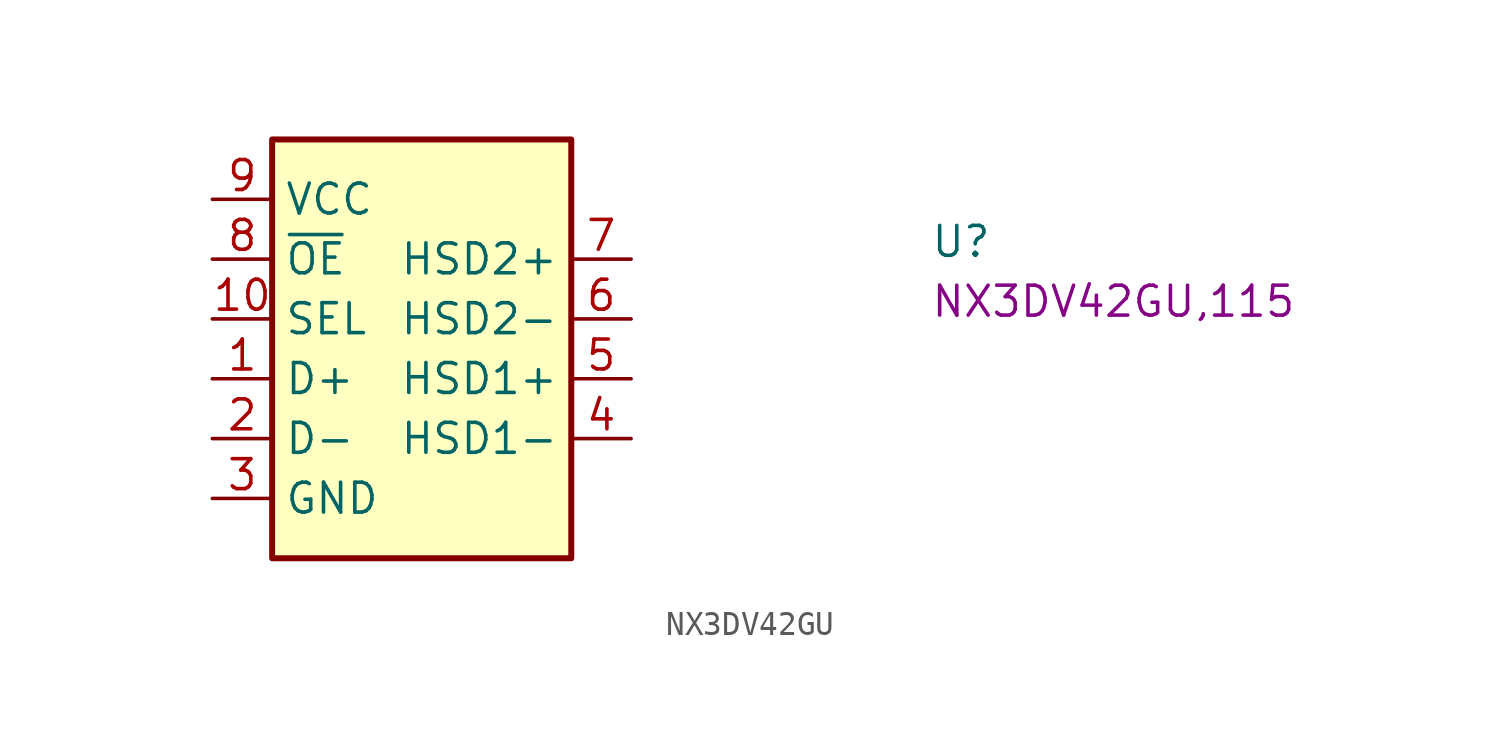
<source format=kicad_sym>
(kicad_symbol_lib
  (version 20220914)
  (generator kicad_symbol_editor)
  (symbol "NX3DV42GU"
    (property "Reference" "U"
      (at 30.48 -2.54 0)
      (effects (font (size 1.27 1.27) (thickness 0.15)) (justify left bottom)))
    (property "MPN" "NX3DV42GU,115"
      (at 30.48 -5.08 0)
      (effects (font (size 1.27 1.27) (thickness 0.15)) (justify left bottom)))
    (symbol "NX3DV42GU_1_1"
      (rectangle (start 2.54 2.54) (end 15.24 -15.24) (stroke (width 0.254) (type default)) (fill (type background)))
      (pin bidirectional line (at 0 -7.62 0) (length 2.54) (name "D+" (effects (font (size 1.27 1.27)))) (number "1" (effects (font (size 1.27 1.27)))))
      (pin input line (at 0 -5.08 0) (length 2.54) (name "SEL" (effects (font (size 1.27 1.27)))) (number "10" (effects (font (size 1.27 1.27)))))
      (pin bidirectional line (at 0 -10.16 0) (length 2.54) (name "D-" (effects (font (size 1.27 1.27)))) (number "2" (effects (font (size 1.27 1.27)))))
      (pin power_in line (at 0 -12.7 0) (length 2.54) (name "GND" (effects (font (size 1.27 1.27)))) (number "3" (effects (font (size 1.27 1.27)))))
      (pin bidirectional line (at 17.78 -10.16 180) (length 2.54) (name "HSD1-" (effects (font (size 1.27 1.27)))) (number "4" (effects (font (size 1.27 1.27)))))
      (pin bidirectional line (at 17.78 -7.62 180) (length 2.54) (name "HSD1+" (effects (font (size 1.27 1.27)))) (number "5" (effects (font (size 1.27 1.27)))))
      (pin bidirectional line (at 17.78 -5.08 180) (length 2.54) (name "HSD2-" (effects (font (size 1.27 1.27)))) (number "6" (effects (font (size 1.27 1.27)))))
      (pin bidirectional line (at 17.78 -2.54 180) (length 2.54) (name "HSD2+" (effects (font (size 1.27 1.27)))) (number "7" (effects (font (size 1.27 1.27)))))
      (pin input line (at 0 -2.54 0) (length 2.54) (name "~{OE}" (effects (font (size 1.27 1.27)))) (number "8" (effects (font (size 1.27 1.27)))))
      (pin power_in line (at 0 0 0) (length 2.54) (name "VCC" (effects (font (size 1.27 1.27)))) (number "9" (effects (font (size 1.27 1.27))))))))
</source>
